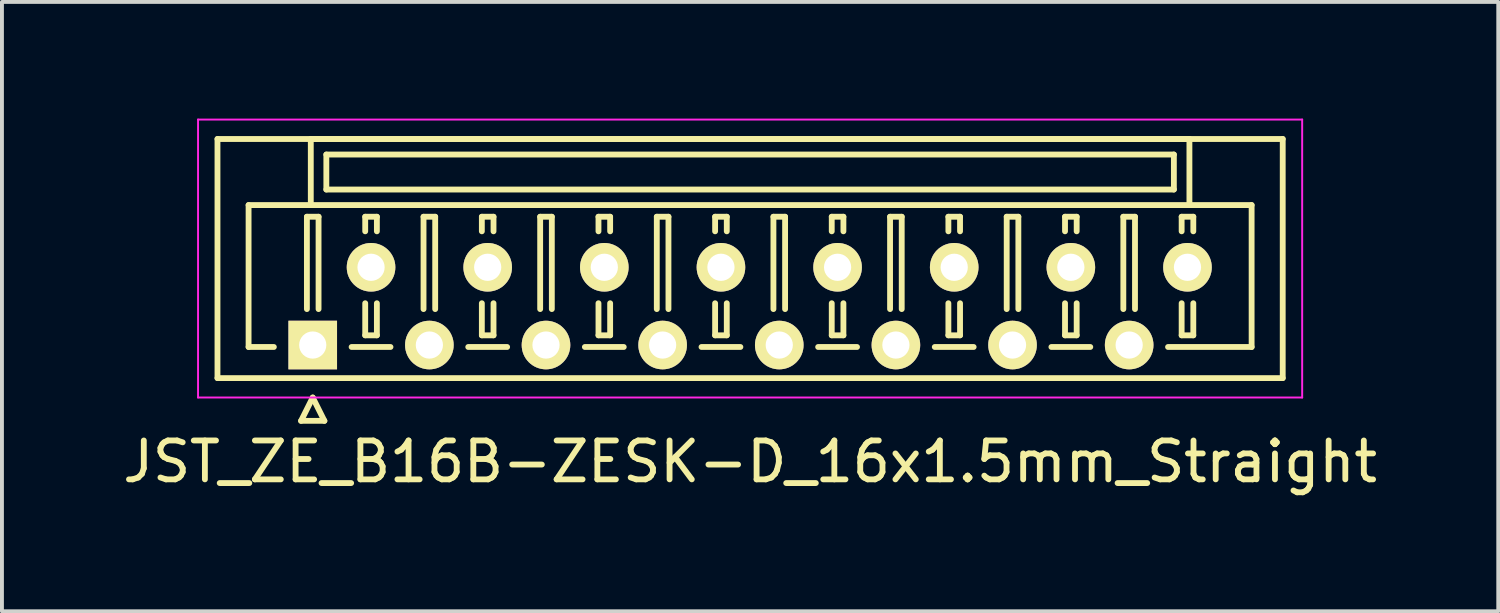
<source format=kicad_pcb>
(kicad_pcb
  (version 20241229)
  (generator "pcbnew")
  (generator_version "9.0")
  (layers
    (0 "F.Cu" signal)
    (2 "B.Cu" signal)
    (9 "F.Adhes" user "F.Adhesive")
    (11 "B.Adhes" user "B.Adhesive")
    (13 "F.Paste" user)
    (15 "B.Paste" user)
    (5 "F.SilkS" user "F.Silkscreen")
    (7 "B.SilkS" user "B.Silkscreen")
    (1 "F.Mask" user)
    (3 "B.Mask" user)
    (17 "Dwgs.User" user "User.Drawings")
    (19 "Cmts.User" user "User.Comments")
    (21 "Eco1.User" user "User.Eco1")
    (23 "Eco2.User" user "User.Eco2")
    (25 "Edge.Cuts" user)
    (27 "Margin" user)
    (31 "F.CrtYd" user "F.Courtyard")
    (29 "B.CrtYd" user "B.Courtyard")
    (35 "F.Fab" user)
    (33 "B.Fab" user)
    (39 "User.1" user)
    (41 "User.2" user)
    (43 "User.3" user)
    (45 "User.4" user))
  (footprint "JST_ZE_B16B-ZESK-D_16x1.5mm_Straight"
    (layer "F.Cu")
    (at 4.994 5.825)
    (property "Reference" "JST_ZE_B16B-ZESK-D_16x1.5mm_Straight" (at 11.25 3 0) (layer "F.SilkS") (effects (font (size 1 1) (thickness 0.15))))
    (attr through_hole)
    (fp_line (start -2.45 -5.3) (end -2.45 0.85) (stroke (width 0.15) (type solid)) (layer "F.SilkS"))
    (fp_line (start -2.45 0.85) (end 24.95 0.85) (stroke (width 0.15) (type solid)) (layer "F.SilkS"))
    (fp_line (start -1.65 -3.6) (end -1.65 0.05) (stroke (width 0.15) (type solid)) (layer "F.SilkS"))
    (fp_line (start -1.65 0.05) (end -1 0.05) (stroke (width 0.15) (type solid)) (layer "F.SilkS"))
    (fp_line (start -0.3 1.95) (end 0 1.35) (stroke (width 0.15) (type solid)) (layer "F.SilkS"))
    (fp_line (start -0.15 -3.3) (end 0.15 -3.3) (stroke (width 0.15) (type solid)) (layer "F.SilkS"))
    (fp_line (start -0.15 -0.925) (end -0.15 -3.3) (stroke (width 0.15) (type solid)) (layer "F.SilkS"))
    (fp_line (start -0.05 -5.3) (end -0.05 -3.6) (stroke (width 0.15) (type solid)) (layer "F.SilkS"))
    (fp_line (start -0.05 -3.6) (end -1.65 -3.6) (stroke (width 0.15) (type solid)) (layer "F.SilkS"))
    (fp_line (start -0.05 -3.6) (end 22.55 -3.6) (stroke (width 0.15) (type solid)) (layer "F.SilkS"))
    (fp_line (start 0 1.35) (end 0.3 1.95) (stroke (width 0.15) (type solid)) (layer "F.SilkS"))
    (fp_line (start 0.15 -3.3) (end 0.15 -0.925) (stroke (width 0.15) (type solid)) (layer "F.SilkS"))
    (fp_line (start 0.3 1.95) (end -0.3 1.95) (stroke (width 0.15) (type solid)) (layer "F.SilkS"))
    (fp_line (start 0.35 -4.9) (end 0.35 -4) (stroke (width 0.15) (type solid)) (layer "F.SilkS"))
    (fp_line (start 0.35 -4) (end 22.15 -4) (stroke (width 0.15) (type solid)) (layer "F.SilkS"))
    (fp_line (start 1 0.05) (end 2 0.05) (stroke (width 0.15) (type solid)) (layer "F.SilkS"))
    (fp_line (start 1.35 -3.3) (end 1.65 -3.3) (stroke (width 0.15) (type solid)) (layer "F.SilkS"))
    (fp_line (start 1.35 -2.925) (end 1.35 -3.3) (stroke (width 0.15) (type solid)) (layer "F.SilkS"))
    (fp_line (start 1.35 -1.075) (end 1.35 -0.25) (stroke (width 0.15) (type solid)) (layer "F.SilkS"))
    (fp_line (start 1.35 -0.25) (end 1.65 -0.25) (stroke (width 0.15) (type solid)) (layer "F.SilkS"))
    (fp_line (start 1.65 -3.3) (end 1.65 -2.925) (stroke (width 0.15) (type solid)) (layer "F.SilkS"))
    (fp_line (start 1.65 -0.25) (end 1.65 -1.075) (stroke (width 0.15) (type solid)) (layer "F.SilkS"))
    (fp_line (start 2.85 -3.3) (end 3.15 -3.3) (stroke (width 0.15) (type solid)) (layer "F.SilkS"))
    (fp_line (start 2.85 -0.925) (end 2.85 -3.3) (stroke (width 0.15) (type solid)) (layer "F.SilkS"))
    (fp_line (start 3.15 -3.3) (end 3.15 -0.925) (stroke (width 0.15) (type solid)) (layer "F.SilkS"))
    (fp_line (start 4 0.05) (end 5 0.05) (stroke (width 0.15) (type solid)) (layer "F.SilkS"))
    (fp_line (start 4.35 -3.3) (end 4.65 -3.3) (stroke (width 0.15) (type solid)) (layer "F.SilkS"))
    (fp_line (start 4.35 -2.925) (end 4.35 -3.3) (stroke (width 0.15) (type solid)) (layer "F.SilkS"))
    (fp_line (start 4.35 -1.075) (end 4.35 -0.25) (stroke (width 0.15) (type solid)) (layer "F.SilkS"))
    (fp_line (start 4.35 -0.25) (end 4.65 -0.25) (stroke (width 0.15) (type solid)) (layer "F.SilkS"))
    (fp_line (start 4.65 -3.3) (end 4.65 -2.925) (stroke (width 0.15) (type solid)) (layer "F.SilkS"))
    (fp_line (start 4.65 -0.25) (end 4.65 -1.075) (stroke (width 0.15) (type solid)) (layer "F.SilkS"))
    (fp_line (start 5.85 -3.3) (end 6.15 -3.3) (stroke (width 0.15) (type solid)) (layer "F.SilkS"))
    (fp_line (start 5.85 -0.925) (end 5.85 -3.3) (stroke (width 0.15) (type solid)) (layer "F.SilkS"))
    (fp_line (start 6.15 -3.3) (end 6.15 -0.925) (stroke (width 0.15) (type solid)) (layer "F.SilkS"))
    (fp_line (start 7 0.05) (end 8 0.05) (stroke (width 0.15) (type solid)) (layer "F.SilkS"))
    (fp_line (start 7.35 -3.3) (end 7.65 -3.3) (stroke (width 0.15) (type solid)) (layer "F.SilkS"))
    (fp_line (start 7.35 -2.925) (end 7.35 -3.3) (stroke (width 0.15) (type solid)) (layer "F.SilkS"))
    (fp_line (start 7.35 -1.075) (end 7.35 -0.25) (stroke (width 0.15) (type solid)) (layer "F.SilkS"))
    (fp_line (start 7.35 -0.25) (end 7.65 -0.25) (stroke (width 0.15) (type solid)) (layer "F.SilkS"))
    (fp_line (start 7.65 -3.3) (end 7.65 -2.925) (stroke (width 0.15) (type solid)) (layer "F.SilkS"))
    (fp_line (start 7.65 -0.25) (end 7.65 -1.075) (stroke (width 0.15) (type solid)) (layer "F.SilkS"))
    (fp_line (start 8.85 -3.3) (end 9.15 -3.3) (stroke (width 0.15) (type solid)) (layer "F.SilkS"))
    (fp_line (start 8.85 -0.925) (end 8.85 -3.3) (stroke (width 0.15) (type solid)) (layer "F.SilkS"))
    (fp_line (start 9.15 -3.3) (end 9.15 -0.925) (stroke (width 0.15) (type solid)) (layer "F.SilkS"))
    (fp_line (start 10 0.05) (end 11 0.05) (stroke (width 0.15) (type solid)) (layer "F.SilkS"))
    (fp_line (start 10.35 -3.3) (end 10.65 -3.3) (stroke (width 0.15) (type solid)) (layer "F.SilkS"))
    (fp_line (start 10.35 -2.925) (end 10.35 -3.3) (stroke (width 0.15) (type solid)) (layer "F.SilkS"))
    (fp_line (start 10.35 -1.075) (end 10.35 -0.25) (stroke (width 0.15) (type solid)) (layer "F.SilkS"))
    (fp_line (start 10.35 -0.25) (end 10.65 -0.25) (stroke (width 0.15) (type solid)) (layer "F.SilkS"))
    (fp_line (start 10.65 -3.3) (end 10.65 -2.925) (stroke (width 0.15) (type solid)) (layer "F.SilkS"))
    (fp_line (start 10.65 -0.25) (end 10.65 -1.075) (stroke (width 0.15) (type solid)) (layer "F.SilkS"))
    (fp_line (start 11.85 -3.3) (end 12.15 -3.3) (stroke (width 0.15) (type solid)) (layer "F.SilkS"))
    (fp_line (start 11.85 -0.925) (end 11.85 -3.3) (stroke (width 0.15) (type solid)) (layer "F.SilkS"))
    (fp_line (start 12.15 -3.3) (end 12.15 -0.925) (stroke (width 0.15) (type solid)) (layer "F.SilkS"))
    (fp_line (start 13 0.05) (end 14 0.05) (stroke (width 0.15) (type solid)) (layer "F.SilkS"))
    (fp_line (start 13.35 -3.3) (end 13.65 -3.3) (stroke (width 0.15) (type solid)) (layer "F.SilkS"))
    (fp_line (start 13.35 -2.925) (end 13.35 -3.3) (stroke (width 0.15) (type solid)) (layer "F.SilkS"))
    (fp_line (start 13.35 -1.075) (end 13.35 -0.25) (stroke (width 0.15) (type solid)) (layer "F.SilkS"))
    (fp_line (start 13.35 -0.25) (end 13.65 -0.25) (stroke (width 0.15) (type solid)) (layer "F.SilkS"))
    (fp_line (start 13.65 -3.3) (end 13.65 -2.925) (stroke (width 0.15) (type solid)) (layer "F.SilkS"))
    (fp_line (start 13.65 -0.25) (end 13.65 -1.075) (stroke (width 0.15) (type solid)) (layer "F.SilkS"))
    (fp_line (start 14.85 -3.3) (end 15.15 -3.3) (stroke (width 0.15) (type solid)) (layer "F.SilkS"))
    (fp_line (start 14.85 -0.925) (end 14.85 -3.3) (stroke (width 0.15) (type solid)) (layer "F.SilkS"))
    (fp_line (start 15.15 -3.3) (end 15.15 -0.925) (stroke (width 0.15) (type solid)) (layer "F.SilkS"))
    (fp_line (start 16 0.05) (end 17 0.05) (stroke (width 0.15) (type solid)) (layer "F.SilkS"))
    (fp_line (start 16.35 -3.3) (end 16.65 -3.3) (stroke (width 0.15) (type solid)) (layer "F.SilkS"))
    (fp_line (start 16.35 -2.925) (end 16.35 -3.3) (stroke (width 0.15) (type solid)) (layer "F.SilkS"))
    (fp_line (start 16.35 -1.075) (end 16.35 -0.25) (stroke (width 0.15) (type solid)) (layer "F.SilkS"))
    (fp_line (start 16.35 -0.25) (end 16.65 -0.25) (stroke (width 0.15) (type solid)) (layer "F.SilkS"))
    (fp_line (start 16.65 -3.3) (end 16.65 -2.925) (stroke (width 0.15) (type solid)) (layer "F.SilkS"))
    (fp_line (start 16.65 -0.25) (end 16.65 -1.075) (stroke (width 0.15) (type solid)) (layer "F.SilkS"))
    (fp_line (start 17.85 -3.3) (end 18.15 -3.3) (stroke (width 0.15) (type solid)) (layer "F.SilkS"))
    (fp_line (start 17.85 -0.925) (end 17.85 -3.3) (stroke (width 0.15) (type solid)) (layer "F.SilkS"))
    (fp_line (start 18.15 -3.3) (end 18.15 -0.925) (stroke (width 0.15) (type solid)) (layer "F.SilkS"))
    (fp_line (start 19 0.05) (end 20 0.05) (stroke (width 0.15) (type solid)) (layer "F.SilkS"))
    (fp_line (start 19.35 -3.3) (end 19.65 -3.3) (stroke (width 0.15) (type solid)) (layer "F.SilkS"))
    (fp_line (start 19.35 -2.925) (end 19.35 -3.3) (stroke (width 0.15) (type solid)) (layer "F.SilkS"))
    (fp_line (start 19.35 -1.075) (end 19.35 -0.25) (stroke (width 0.15) (type solid)) (layer "F.SilkS"))
    (fp_line (start 19.35 -0.25) (end 19.65 -0.25) (stroke (width 0.15) (type solid)) (layer "F.SilkS"))
    (fp_line (start 19.65 -3.3) (end 19.65 -2.925) (stroke (width 0.15) (type solid)) (layer "F.SilkS"))
    (fp_line (start 19.65 -0.25) (end 19.65 -1.075) (stroke (width 0.15) (type solid)) (layer "F.SilkS"))
    (fp_line (start 20.85 -3.3) (end 21.15 -3.3) (stroke (width 0.15) (type solid)) (layer "F.SilkS"))
    (fp_line (start 20.85 -0.925) (end 20.85 -3.3) (stroke (width 0.15) (type solid)) (layer "F.SilkS"))
    (fp_line (start 21.15 -3.3) (end 21.15 -0.925) (stroke (width 0.15) (type solid)) (layer "F.SilkS"))
    (fp_line (start 22.15 -4.9) (end 0.35 -4.9) (stroke (width 0.15) (type solid)) (layer "F.SilkS"))
    (fp_line (start 22.15 -4) (end 22.15 -4.9) (stroke (width 0.15) (type solid)) (layer "F.SilkS"))
    (fp_line (start 22.35 -3.3) (end 22.65 -3.3) (stroke (width 0.15) (type solid)) (layer "F.SilkS"))
    (fp_line (start 22.35 -2.925) (end 22.35 -3.3) (stroke (width 0.15) (type solid)) (layer "F.SilkS"))
    (fp_line (start 22.35 -1.075) (end 22.35 -0.25) (stroke (width 0.15) (type solid)) (layer "F.SilkS"))
    (fp_line (start 22.35 -0.25) (end 22.65 -0.25) (stroke (width 0.15) (type solid)) (layer "F.SilkS"))
    (fp_line (start 22.55 -5.3) (end -0.05 -5.3) (stroke (width 0.15) (type solid)) (layer "F.SilkS"))
    (fp_line (start 22.55 -3.6) (end 22.55 -5.3) (stroke (width 0.15) (type solid)) (layer "F.SilkS"))
    (fp_line (start 22.55 -3.6) (end 24.15 -3.6) (stroke (width 0.15) (type solid)) (layer "F.SilkS"))
    (fp_line (start 22.65 -3.3) (end 22.65 -2.925) (stroke (width 0.15) (type solid)) (layer "F.SilkS"))
    (fp_line (start 22.65 -0.25) (end 22.65 -1.075) (stroke (width 0.15) (type solid)) (layer "F.SilkS"))
    (fp_line (start 24.15 -3.6) (end 24.15 0.05) (stroke (width 0.15) (type solid)) (layer "F.SilkS"))
    (fp_line (start 24.15 0.05) (end 22 0.05) (stroke (width 0.15) (type solid)) (layer "F.SilkS"))
    (fp_line (start 24.95 -5.3) (end -2.45 -5.3) (stroke (width 0.15) (type solid)) (layer "F.SilkS"))
    (fp_line (start 24.95 0.85) (end 24.95 -5.3) (stroke (width 0.15) (type solid)) (layer "F.SilkS"))
    (fp_line (start -2.95 -5.8) (end -2.95 1.35) (stroke (width 0.05) (type solid)) (layer "F.CrtYd"))
    (fp_line (start -2.95 1.35) (end 25.45 1.35) (stroke (width 0.05) (type solid)) (layer "F.CrtYd"))
    (fp_line (start 25.45 -5.8) (end -2.95 -5.8) (stroke (width 0.05) (type solid)) (layer "F.CrtYd"))
    (fp_line (start 25.45 1.35) (end 25.45 -5.8) (stroke (width 0.05) (type solid)) (layer "F.CrtYd"))
    (pad "1" thru_hole rect (at 0 0) (size 1.25 1.25) (drill 0.7) (layers "*.Cu" "*.Mask" "F.SilkS"))
    (pad "2" thru_hole circle (at 1.5 -2) (size 1.25 1.25) (drill 0.7) (layers "*.Cu" "*.Mask" "F.SilkS"))
    (pad "3" thru_hole circle (at 3 0) (size 1.25 1.25) (drill 0.7) (layers "*.Cu" "*.Mask" "F.SilkS"))
    (pad "4" thru_hole circle (at 4.5 -2) (size 1.25 1.25) (drill 0.7) (layers "*.Cu" "*.Mask" "F.SilkS"))
    (pad "5" thru_hole circle (at 6 0) (size 1.25 1.25) (drill 0.7) (layers "*.Cu" "*.Mask" "F.SilkS"))
    (pad "6" thru_hole circle (at 7.5 -2) (size 1.25 1.25) (drill 0.7) (layers "*.Cu" "*.Mask" "F.SilkS"))
    (pad "7" thru_hole circle (at 9 0) (size 1.25 1.25) (drill 0.7) (layers "*.Cu" "*.Mask" "F.SilkS"))
    (pad "8" thru_hole circle (at 10.5 -2) (size 1.25 1.25) (drill 0.7) (layers "*.Cu" "*.Mask" "F.SilkS"))
    (pad "9" thru_hole circle (at 12 0) (size 1.25 1.25) (drill 0.7) (layers "*.Cu" "*.Mask" "F.SilkS"))
    (pad "10" thru_hole circle (at 13.5 -2) (size 1.25 1.25) (drill 0.7) (layers "*.Cu" "*.Mask" "F.SilkS"))
    (pad "11" thru_hole circle (at 15 0) (size 1.25 1.25) (drill 0.7) (layers "*.Cu" "*.Mask" "F.SilkS"))
    (pad "12" thru_hole circle (at 16.5 -2) (size 1.25 1.25) (drill 0.7) (layers "*.Cu" "*.Mask" "F.SilkS"))
    (pad "13" thru_hole circle (at 18 0) (size 1.25 1.25) (drill 0.7) (layers "*.Cu" "*.Mask" "F.SilkS"))
    (pad "14" thru_hole circle (at 19.5 -2) (size 1.25 1.25) (drill 0.7) (layers "*.Cu" "*.Mask" "F.SilkS"))
    (pad "15" thru_hole circle (at 21 0) (size 1.25 1.25) (drill 0.7) (layers "*.Cu" "*.Mask" "F.SilkS"))
    (pad "16" thru_hole circle (at 22.5 -2) (size 1.25 1.25) (drill 0.7) (layers "*.Cu" "*.Mask" "F.SilkS")))
  (gr_rect
    (start -3 -3)
    (end 35.488 12.673)
    (stroke (width 0.1) (type default))
    (fill no)
    (layer "Edge.Cuts")))
</source>
